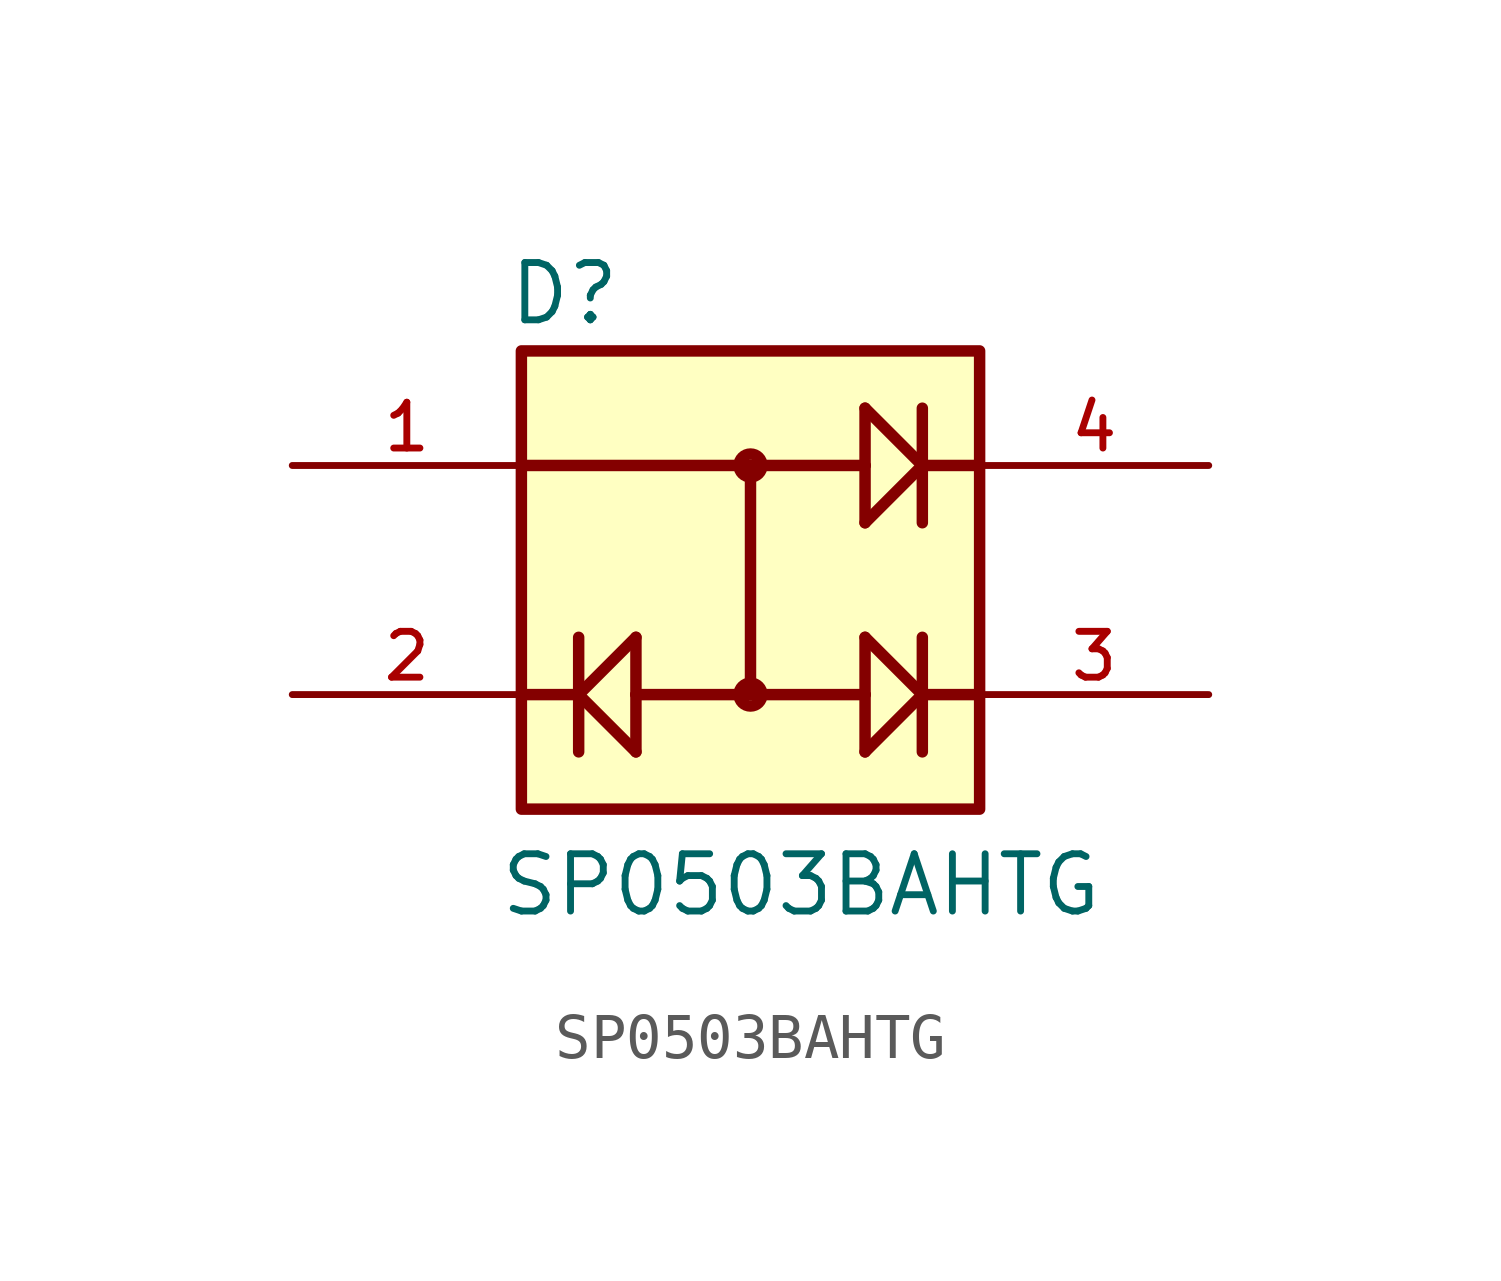
<source format=kicad_sym>
(kicad_symbol_lib
  (version 20241209)
  (generator "kicad_symbol_editor")
  (generator_version "9.0")
  (symbol "SP0503BAHTG"
    (pin_names
      (offset 1.016))
    (property "Reference" "D"
      (at -5.406 5.606 0)
      (effects (font (size 1.27 1.27)) (justify left bottom)))
    (property "Value" "SP0503BAHTG"
      (at -5.602 -7.503 0)
      (effects (font (size 1.27 1.27)) (justify left bottom)))
    (symbol "SP0503BAHTG_0_0"
      (polyline (pts (xy -5.08 2.54) (xy 0 2.54)) (stroke (width 0.254) (type default)) (fill (type none)))
      (polyline (pts (xy -5.08 -2.54) (xy -3.81 -2.54)) (stroke (width 0.254) (type default)) (fill (type none)))
      (rectangle (start -5.08 -5.08) (end 5.08 5.08) (stroke (width 0.254) (type default)) (fill (type background)))
      (polyline (pts (xy -3.81 -2.54) (xy -3.81 -1.27)) (stroke (width 0.254) (type default)) (fill (type none)))
      (polyline (pts (xy -3.81 -2.54) (xy -3.81 -3.81)) (stroke (width 0.254) (type default)) (fill (type none)))
      (polyline (pts (xy -3.81 -2.54) (xy -2.54 -1.27)) (stroke (width 0.254) (type default)) (fill (type none)))
      (polyline (pts (xy -2.54 -1.27) (xy -2.54 -2.54)) (stroke (width 0.254) (type default)) (fill (type none)))
      (polyline (pts (xy -2.54 -2.54) (xy -2.54 -3.81)) (stroke (width 0.254) (type default)) (fill (type none)))
      (polyline (pts (xy -2.54 -2.54) (xy 0 -2.54)) (stroke (width 0.254) (type default)) (fill (type none)))
      (polyline (pts (xy -2.54 -3.81) (xy -3.81 -2.54)) (stroke (width 0.254) (type default)) (fill (type none)))
      (circle (center 0 2.54) (radius 0.254) (stroke (width 0.254) (type default)) (fill (type none)))
      (polyline (pts (xy 0 2.54) (xy 2.54 2.54)) (stroke (width 0.254) (type default)) (fill (type none)))
      (polyline (pts (xy 0 -2.54) (xy 0 2.54)) (stroke (width 0.254) (type default)) (fill (type none)))
      (polyline (pts (xy 0 -2.54) (xy 2.54 -2.54)) (stroke (width 0.254) (type default)) (fill (type none)))
      (circle (center 0 -2.54) (radius 0.254) (stroke (width 0.254) (type default)) (fill (type none)))
      (polyline (pts (xy 2.54 2.54) (xy 2.54 3.81)) (stroke (width 0.254) (type default)) (fill (type none)))
      (polyline (pts (xy 2.54 2.54) (xy 2.54 1.27)) (stroke (width 0.254) (type default)) (fill (type none)))
      (polyline (pts (xy 2.54 1.27) (xy 3.81 2.54)) (stroke (width 0.254) (type default)) (fill (type none)))
      (polyline (pts (xy 2.54 -2.54) (xy 2.54 -1.27)) (stroke (width 0.254) (type default)) (fill (type none)))
      (polyline (pts (xy 2.54 -2.54) (xy 2.54 -3.81)) (stroke (width 0.254) (type default)) (fill (type none)))
      (polyline (pts (xy 2.54 -3.81) (xy 3.81 -2.54)) (stroke (width 0.254) (type default)) (fill (type none)))
      (polyline (pts (xy 3.81 3.81) (xy 3.81 2.54)) (stroke (width 0.254) (type default)) (fill (type none)))
      (polyline (pts (xy 3.81 2.54) (xy 2.54 3.81)) (stroke (width 0.254) (type default)) (fill (type none)))
      (polyline (pts (xy 3.81 2.54) (xy 3.81 1.27)) (stroke (width 0.254) (type default)) (fill (type none)))
      (polyline (pts (xy 3.81 2.54) (xy 5.08 2.54)) (stroke (width 0.254) (type default)) (fill (type none)))
      (polyline (pts (xy 3.81 -1.27) (xy 3.81 -2.54)) (stroke (width 0.254) (type default)) (fill (type none)))
      (polyline (pts (xy 3.81 -2.54) (xy 2.54 -1.27)) (stroke (width 0.254) (type default)) (fill (type none)))
      (polyline (pts (xy 3.81 -2.54) (xy 3.81 -3.81)) (stroke (width 0.254) (type default)) (fill (type none)))
      (polyline (pts (xy 3.81 -2.54) (xy 5.08 -2.54)) (stroke (width 0.254) (type default)) (fill (type none)))
      (pin passive line (at -10.16 2.54 0) (length 5.08) (name "~" (effects (font (size 1.016 1.016)))) (number "1" (effects (font (size 1.016 1.016)))))
      (pin passive line (at -10.16 -2.54 0) (length 5.08) (name "~" (effects (font (size 1.016 1.016)))) (number "2" (effects (font (size 1.016 1.016)))))
      (pin passive line (at 10.16 2.54 180) (length 5.08) (name "~" (effects (font (size 1.016 1.016)))) (number "4" (effects (font (size 1.016 1.016)))))
      (pin passive line (at 10.16 -2.54 180) (length 5.08) (name "~" (effects (font (size 1.016 1.016)))) (number "3" (effects (font (size 1.016 1.016))))))))
</source>
